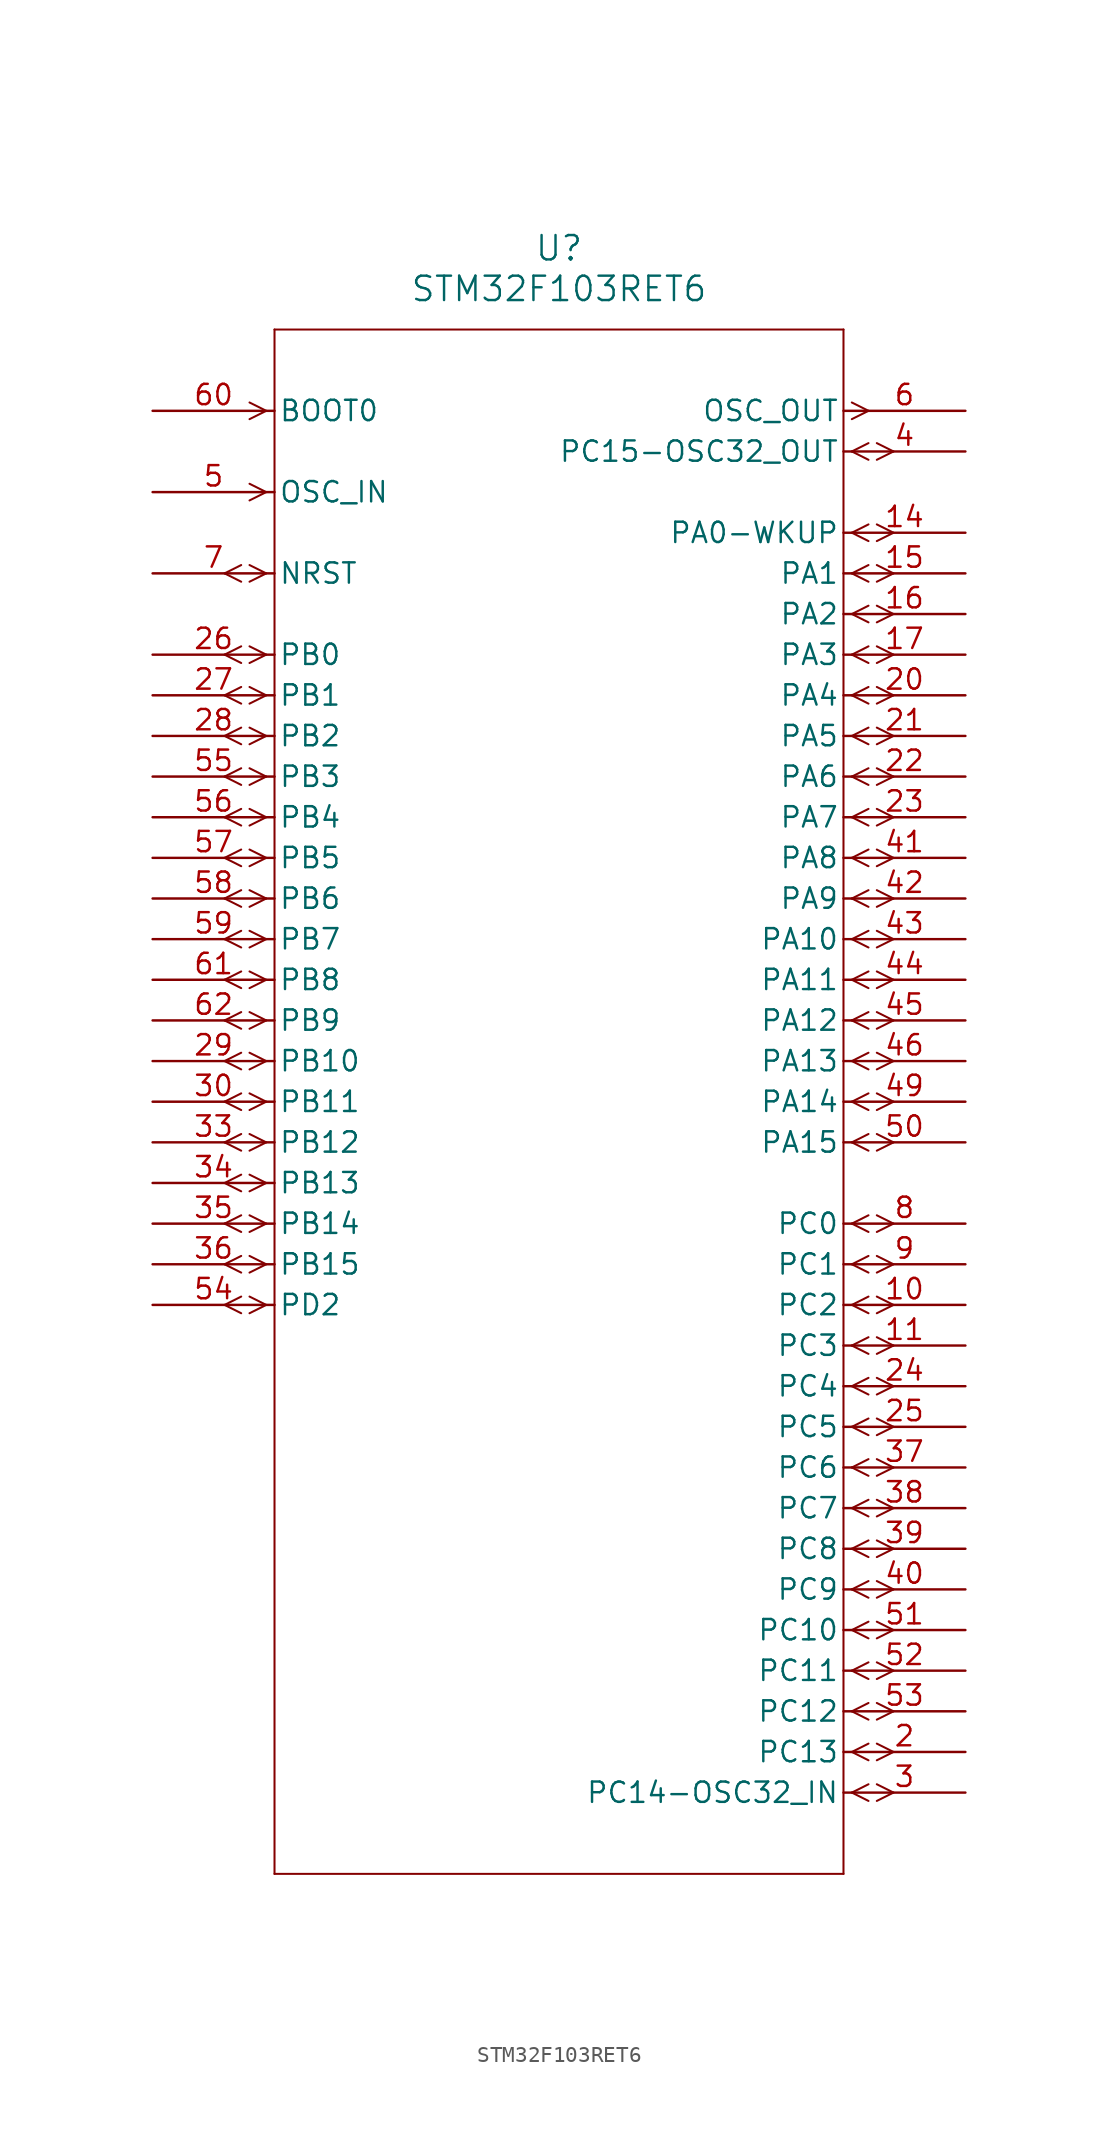
<source format=kicad_sym>
(kicad_symbol_lib
  (version 20220914)
  (generator kicad_symbol_editor)
  (symbol "STM32F103RET6"
    (pin_names
      (offset 0.254))
    (property "Reference" "U"
      (at 25.4 10.16 0)
      (effects (font (size 1.524 1.524))))
    (property "Value" "STM32F103RET6"
      (at 25.4 7.62 0)
      (effects (font (size 1.524 1.524))))
    (property "ki_locked" ""
      (at 0 0 0)
      (effects (font (size 1.27 1.27))))
    (symbol "STM32F103RET6_1_1"
      (polyline (pts (xy 5.537 -56.401) (xy 4.496 -55.88)) (stroke (width 0.127) (type default)) (fill (type none)))
      (polyline (pts (xy 5.537 -55.359) (xy 4.496 -55.88)) (stroke (width 0.127) (type default)) (fill (type none)))
      (polyline (pts (xy 5.537 -53.861) (xy 4.496 -53.34)) (stroke (width 0.127) (type default)) (fill (type none)))
      (polyline (pts (xy 5.537 -52.819) (xy 4.496 -53.34)) (stroke (width 0.127) (type default)) (fill (type none)))
      (polyline (pts (xy 5.537 -51.321) (xy 4.496 -50.8)) (stroke (width 0.127) (type default)) (fill (type none)))
      (polyline (pts (xy 5.537 -50.279) (xy 4.496 -50.8)) (stroke (width 0.127) (type default)) (fill (type none)))
      (polyline (pts (xy 5.537 -48.781) (xy 4.496 -48.26)) (stroke (width 0.127) (type default)) (fill (type none)))
      (polyline (pts (xy 5.537 -47.739) (xy 4.496 -48.26)) (stroke (width 0.127) (type default)) (fill (type none)))
      (polyline (pts (xy 5.537 -46.241) (xy 4.496 -45.72)) (stroke (width 0.127) (type default)) (fill (type none)))
      (polyline (pts (xy 5.537 -45.199) (xy 4.496 -45.72)) (stroke (width 0.127) (type default)) (fill (type none)))
      (polyline (pts (xy 5.537 -43.701) (xy 4.496 -43.18)) (stroke (width 0.127) (type default)) (fill (type none)))
      (polyline (pts (xy 5.537 -42.659) (xy 4.496 -43.18)) (stroke (width 0.127) (type default)) (fill (type none)))
      (polyline (pts (xy 5.537 -41.161) (xy 4.496 -40.64)) (stroke (width 0.127) (type default)) (fill (type none)))
      (polyline (pts (xy 5.537 -40.119) (xy 4.496 -40.64)) (stroke (width 0.127) (type default)) (fill (type none)))
      (polyline (pts (xy 5.537 -38.621) (xy 4.496 -38.1)) (stroke (width 0.127) (type default)) (fill (type none)))
      (polyline (pts (xy 5.537 -37.579) (xy 4.496 -38.1)) (stroke (width 0.127) (type default)) (fill (type none)))
      (polyline (pts (xy 5.537 -36.081) (xy 4.496 -35.56)) (stroke (width 0.127) (type default)) (fill (type none)))
      (polyline (pts (xy 5.537 -35.039) (xy 4.496 -35.56)) (stroke (width 0.127) (type default)) (fill (type none)))
      (polyline (pts (xy 5.537 -33.541) (xy 4.496 -33.02)) (stroke (width 0.127) (type default)) (fill (type none)))
      (polyline (pts (xy 5.537 -32.499) (xy 4.496 -33.02)) (stroke (width 0.127) (type default)) (fill (type none)))
      (polyline (pts (xy 5.537 -31.001) (xy 4.496 -30.48)) (stroke (width 0.127) (type default)) (fill (type none)))
      (polyline (pts (xy 5.537 -29.959) (xy 4.496 -30.48)) (stroke (width 0.127) (type default)) (fill (type none)))
      (polyline (pts (xy 5.537 -28.461) (xy 4.496 -27.94)) (stroke (width 0.127) (type default)) (fill (type none)))
      (polyline (pts (xy 5.537 -27.419) (xy 4.496 -27.94)) (stroke (width 0.127) (type default)) (fill (type none)))
      (polyline (pts (xy 5.537 -25.921) (xy 4.496 -25.4)) (stroke (width 0.127) (type default)) (fill (type none)))
      (polyline (pts (xy 5.537 -24.879) (xy 4.496 -25.4)) (stroke (width 0.127) (type default)) (fill (type none)))
      (polyline (pts (xy 5.537 -23.381) (xy 4.496 -22.86)) (stroke (width 0.127) (type default)) (fill (type none)))
      (polyline (pts (xy 5.537 -22.339) (xy 4.496 -22.86)) (stroke (width 0.127) (type default)) (fill (type none)))
      (polyline (pts (xy 5.537 -20.841) (xy 4.496 -20.32)) (stroke (width 0.127) (type default)) (fill (type none)))
      (polyline (pts (xy 5.537 -19.799) (xy 4.496 -20.32)) (stroke (width 0.127) (type default)) (fill (type none)))
      (polyline (pts (xy 5.537 -18.301) (xy 4.496 -17.78)) (stroke (width 0.127) (type default)) (fill (type none)))
      (polyline (pts (xy 5.537 -17.259) (xy 4.496 -17.78)) (stroke (width 0.127) (type default)) (fill (type none)))
      (polyline (pts (xy 5.537 -15.761) (xy 4.496 -15.24)) (stroke (width 0.127) (type default)) (fill (type none)))
      (polyline (pts (xy 5.537 -14.719) (xy 4.496 -15.24)) (stroke (width 0.127) (type default)) (fill (type none)))
      (polyline (pts (xy 5.537 -10.681) (xy 4.496 -10.16)) (stroke (width 0.127) (type default)) (fill (type none)))
      (polyline (pts (xy 5.537 -9.639) (xy 4.496 -10.16)) (stroke (width 0.127) (type default)) (fill (type none)))
      (polyline (pts (xy 7.099 -55.88) (xy 6.058 -56.401)) (stroke (width 0.127) (type default)) (fill (type none)))
      (polyline (pts (xy 7.099 -55.88) (xy 6.058 -55.359)) (stroke (width 0.127) (type default)) (fill (type none)))
      (polyline (pts (xy 7.099 -53.34) (xy 6.058 -53.861)) (stroke (width 0.127) (type default)) (fill (type none)))
      (polyline (pts (xy 7.099 -53.34) (xy 6.058 -52.819)) (stroke (width 0.127) (type default)) (fill (type none)))
      (polyline (pts (xy 7.099 -50.8) (xy 6.058 -51.321)) (stroke (width 0.127) (type default)) (fill (type none)))
      (polyline (pts (xy 7.099 -50.8) (xy 6.058 -50.279)) (stroke (width 0.127) (type default)) (fill (type none)))
      (polyline (pts (xy 7.099 -48.26) (xy 6.058 -48.781)) (stroke (width 0.127) (type default)) (fill (type none)))
      (polyline (pts (xy 7.099 -48.26) (xy 6.058 -47.739)) (stroke (width 0.127) (type default)) (fill (type none)))
      (polyline (pts (xy 7.099 -45.72) (xy 6.058 -46.241)) (stroke (width 0.127) (type default)) (fill (type none)))
      (polyline (pts (xy 7.099 -45.72) (xy 6.058 -45.199)) (stroke (width 0.127) (type default)) (fill (type none)))
      (polyline (pts (xy 7.099 -43.18) (xy 6.058 -43.701)) (stroke (width 0.127) (type default)) (fill (type none)))
      (polyline (pts (xy 7.099 -43.18) (xy 6.058 -42.659)) (stroke (width 0.127) (type default)) (fill (type none)))
      (polyline (pts (xy 7.099 -40.64) (xy 6.058 -41.161)) (stroke (width 0.127) (type default)) (fill (type none)))
      (polyline (pts (xy 7.099 -40.64) (xy 6.058 -40.119)) (stroke (width 0.127) (type default)) (fill (type none)))
      (polyline (pts (xy 7.099 -38.1) (xy 6.058 -38.621)) (stroke (width 0.127) (type default)) (fill (type none)))
      (polyline (pts (xy 7.099 -38.1) (xy 6.058 -37.579)) (stroke (width 0.127) (type default)) (fill (type none)))
      (polyline (pts (xy 7.099 -35.56) (xy 6.058 -36.081)) (stroke (width 0.127) (type default)) (fill (type none)))
      (polyline (pts (xy 7.099 -35.56) (xy 6.058 -35.039)) (stroke (width 0.127) (type default)) (fill (type none)))
      (polyline (pts (xy 7.099 -33.02) (xy 6.058 -33.541)) (stroke (width 0.127) (type default)) (fill (type none)))
      (polyline (pts (xy 7.099 -33.02) (xy 6.058 -32.499)) (stroke (width 0.127) (type default)) (fill (type none)))
      (polyline (pts (xy 7.099 -30.48) (xy 6.058 -31.001)) (stroke (width 0.127) (type default)) (fill (type none)))
      (polyline (pts (xy 7.099 -30.48) (xy 6.058 -29.959)) (stroke (width 0.127) (type default)) (fill (type none)))
      (polyline (pts (xy 7.099 -27.94) (xy 6.058 -28.461)) (stroke (width 0.127) (type default)) (fill (type none)))
      (polyline (pts (xy 7.099 -27.94) (xy 6.058 -27.419)) (stroke (width 0.127) (type default)) (fill (type none)))
      (polyline (pts (xy 7.099 -25.4) (xy 6.058 -25.921)) (stroke (width 0.127) (type default)) (fill (type none)))
      (polyline (pts (xy 7.099 -25.4) (xy 6.058 -24.879)) (stroke (width 0.127) (type default)) (fill (type none)))
      (polyline (pts (xy 7.099 -22.86) (xy 6.058 -23.381)) (stroke (width 0.127) (type default)) (fill (type none)))
      (polyline (pts (xy 7.099 -22.86) (xy 6.058 -22.339)) (stroke (width 0.127) (type default)) (fill (type none)))
      (polyline (pts (xy 7.099 -20.32) (xy 6.058 -20.841)) (stroke (width 0.127) (type default)) (fill (type none)))
      (polyline (pts (xy 7.099 -20.32) (xy 6.058 -19.799)) (stroke (width 0.127) (type default)) (fill (type none)))
      (polyline (pts (xy 7.099 -17.78) (xy 6.058 -18.301)) (stroke (width 0.127) (type default)) (fill (type none)))
      (polyline (pts (xy 7.099 -17.78) (xy 6.058 -17.259)) (stroke (width 0.127) (type default)) (fill (type none)))
      (polyline (pts (xy 7.099 -15.24) (xy 6.058 -15.761)) (stroke (width 0.127) (type default)) (fill (type none)))
      (polyline (pts (xy 7.099 -15.24) (xy 6.058 -14.719)) (stroke (width 0.127) (type default)) (fill (type none)))
      (polyline (pts (xy 7.099 -10.16) (xy 6.058 -10.681)) (stroke (width 0.127) (type default)) (fill (type none)))
      (polyline (pts (xy 7.099 -10.16) (xy 6.058 -9.639)) (stroke (width 0.127) (type default)) (fill (type none)))
      (polyline (pts (xy 7.099 -5.08) (xy 6.058 -5.601)) (stroke (width 0.127) (type default)) (fill (type none)))
      (polyline (pts (xy 7.099 -5.08) (xy 6.058 -4.559)) (stroke (width 0.127) (type default)) (fill (type none)))
      (polyline (pts (xy 7.099 0) (xy 6.058 -0.521)) (stroke (width 0.127) (type default)) (fill (type none)))
      (polyline (pts (xy 7.099 0) (xy 6.058 0.521)) (stroke (width 0.127) (type default)) (fill (type none)))
      (polyline (pts (xy 7.62 -91.44) (xy 43.18 -91.44)) (stroke (width 0.127) (type default)) (fill (type none)))
      (polyline (pts (xy 7.62 5.08) (xy 7.62 -91.44)) (stroke (width 0.127) (type default)) (fill (type none)))
      (polyline (pts (xy 43.18 -91.44) (xy 43.18 5.08)) (stroke (width 0.127) (type default)) (fill (type none)))
      (polyline (pts (xy 43.18 5.08) (xy 7.62 5.08)) (stroke (width 0.127) (type default)) (fill (type none)))
      (polyline (pts (xy 43.701 -86.36) (xy 44.742 -86.881)) (stroke (width 0.127) (type default)) (fill (type none)))
      (polyline (pts (xy 43.701 -86.36) (xy 44.742 -85.839)) (stroke (width 0.127) (type default)) (fill (type none)))
      (polyline (pts (xy 43.701 -83.82) (xy 44.742 -84.341)) (stroke (width 0.127) (type default)) (fill (type none)))
      (polyline (pts (xy 43.701 -83.82) (xy 44.742 -83.299)) (stroke (width 0.127) (type default)) (fill (type none)))
      (polyline (pts (xy 43.701 -81.28) (xy 44.742 -81.801)) (stroke (width 0.127) (type default)) (fill (type none)))
      (polyline (pts (xy 43.701 -81.28) (xy 44.742 -80.759)) (stroke (width 0.127) (type default)) (fill (type none)))
      (polyline (pts (xy 43.701 -78.74) (xy 44.742 -79.261)) (stroke (width 0.127) (type default)) (fill (type none)))
      (polyline (pts (xy 43.701 -78.74) (xy 44.742 -78.219)) (stroke (width 0.127) (type default)) (fill (type none)))
      (polyline (pts (xy 43.701 -76.2) (xy 44.742 -76.721)) (stroke (width 0.127) (type default)) (fill (type none)))
      (polyline (pts (xy 43.701 -76.2) (xy 44.742 -75.679)) (stroke (width 0.127) (type default)) (fill (type none)))
      (polyline (pts (xy 43.701 -73.66) (xy 44.742 -74.181)) (stroke (width 0.127) (type default)) (fill (type none)))
      (polyline (pts (xy 43.701 -73.66) (xy 44.742 -73.139)) (stroke (width 0.127) (type default)) (fill (type none)))
      (polyline (pts (xy 43.701 -71.12) (xy 44.742 -71.641)) (stroke (width 0.127) (type default)) (fill (type none)))
      (polyline (pts (xy 43.701 -71.12) (xy 44.742 -70.599)) (stroke (width 0.127) (type default)) (fill (type none)))
      (polyline (pts (xy 43.701 -68.58) (xy 44.742 -69.101)) (stroke (width 0.127) (type default)) (fill (type none)))
      (polyline (pts (xy 43.701 -68.58) (xy 44.742 -68.059)) (stroke (width 0.127) (type default)) (fill (type none)))
      (polyline (pts (xy 43.701 -66.04) (xy 44.742 -66.561)) (stroke (width 0.127) (type default)) (fill (type none)))
      (polyline (pts (xy 43.701 -66.04) (xy 44.742 -65.519)) (stroke (width 0.127) (type default)) (fill (type none)))
      (polyline (pts (xy 43.701 -63.5) (xy 44.742 -64.021)) (stroke (width 0.127) (type default)) (fill (type none)))
      (polyline (pts (xy 43.701 -63.5) (xy 44.742 -62.979)) (stroke (width 0.127) (type default)) (fill (type none)))
      (polyline (pts (xy 43.701 -60.96) (xy 44.742 -61.481)) (stroke (width 0.127) (type default)) (fill (type none)))
      (polyline (pts (xy 43.701 -60.96) (xy 44.742 -60.439)) (stroke (width 0.127) (type default)) (fill (type none)))
      (polyline (pts (xy 43.701 -58.42) (xy 44.742 -58.941)) (stroke (width 0.127) (type default)) (fill (type none)))
      (polyline (pts (xy 43.701 -58.42) (xy 44.742 -57.899)) (stroke (width 0.127) (type default)) (fill (type none)))
      (polyline (pts (xy 43.701 -55.88) (xy 44.742 -56.401)) (stroke (width 0.127) (type default)) (fill (type none)))
      (polyline (pts (xy 43.701 -55.88) (xy 44.742 -55.359)) (stroke (width 0.127) (type default)) (fill (type none)))
      (polyline (pts (xy 43.701 -53.34) (xy 44.742 -53.861)) (stroke (width 0.127) (type default)) (fill (type none)))
      (polyline (pts (xy 43.701 -53.34) (xy 44.742 -52.819)) (stroke (width 0.127) (type default)) (fill (type none)))
      (polyline (pts (xy 43.701 -50.8) (xy 44.742 -51.321)) (stroke (width 0.127) (type default)) (fill (type none)))
      (polyline (pts (xy 43.701 -50.8) (xy 44.742 -50.279)) (stroke (width 0.127) (type default)) (fill (type none)))
      (polyline (pts (xy 43.701 -45.72) (xy 44.742 -46.241)) (stroke (width 0.127) (type default)) (fill (type none)))
      (polyline (pts (xy 43.701 -45.72) (xy 44.742 -45.199)) (stroke (width 0.127) (type default)) (fill (type none)))
      (polyline (pts (xy 43.701 -43.18) (xy 44.742 -43.701)) (stroke (width 0.127) (type default)) (fill (type none)))
      (polyline (pts (xy 43.701 -43.18) (xy 44.742 -42.659)) (stroke (width 0.127) (type default)) (fill (type none)))
      (polyline (pts (xy 43.701 -40.64) (xy 44.742 -41.161)) (stroke (width 0.127) (type default)) (fill (type none)))
      (polyline (pts (xy 43.701 -40.64) (xy 44.742 -40.119)) (stroke (width 0.127) (type default)) (fill (type none)))
      (polyline (pts (xy 43.701 -38.1) (xy 44.742 -38.621)) (stroke (width 0.127) (type default)) (fill (type none)))
      (polyline (pts (xy 43.701 -38.1) (xy 44.742 -37.579)) (stroke (width 0.127) (type default)) (fill (type none)))
      (polyline (pts (xy 43.701 -35.56) (xy 44.742 -36.081)) (stroke (width 0.127) (type default)) (fill (type none)))
      (polyline (pts (xy 43.701 -35.56) (xy 44.742 -35.039)) (stroke (width 0.127) (type default)) (fill (type none)))
      (polyline (pts (xy 43.701 -33.02) (xy 44.742 -33.541)) (stroke (width 0.127) (type default)) (fill (type none)))
      (polyline (pts (xy 43.701 -33.02) (xy 44.742 -32.499)) (stroke (width 0.127) (type default)) (fill (type none)))
      (polyline (pts (xy 43.701 -30.48) (xy 44.742 -31.001)) (stroke (width 0.127) (type default)) (fill (type none)))
      (polyline (pts (xy 43.701 -30.48) (xy 44.742 -29.959)) (stroke (width 0.127) (type default)) (fill (type none)))
      (polyline (pts (xy 43.701 -27.94) (xy 44.742 -28.461)) (stroke (width 0.127) (type default)) (fill (type none)))
      (polyline (pts (xy 43.701 -27.94) (xy 44.742 -27.419)) (stroke (width 0.127) (type default)) (fill (type none)))
      (polyline (pts (xy 43.701 -25.4) (xy 44.742 -25.921)) (stroke (width 0.127) (type default)) (fill (type none)))
      (polyline (pts (xy 43.701 -25.4) (xy 44.742 -24.879)) (stroke (width 0.127) (type default)) (fill (type none)))
      (polyline (pts (xy 43.701 -22.86) (xy 44.742 -23.381)) (stroke (width 0.127) (type default)) (fill (type none)))
      (polyline (pts (xy 43.701 -22.86) (xy 44.742 -22.339)) (stroke (width 0.127) (type default)) (fill (type none)))
      (polyline (pts (xy 43.701 -20.32) (xy 44.742 -20.841)) (stroke (width 0.127) (type default)) (fill (type none)))
      (polyline (pts (xy 43.701 -20.32) (xy 44.742 -19.799)) (stroke (width 0.127) (type default)) (fill (type none)))
      (polyline (pts (xy 43.701 -17.78) (xy 44.742 -18.301)) (stroke (width 0.127) (type default)) (fill (type none)))
      (polyline (pts (xy 43.701 -17.78) (xy 44.742 -17.259)) (stroke (width 0.127) (type default)) (fill (type none)))
      (polyline (pts (xy 43.701 -15.24) (xy 44.742 -15.761)) (stroke (width 0.127) (type default)) (fill (type none)))
      (polyline (pts (xy 43.701 -15.24) (xy 44.742 -14.719)) (stroke (width 0.127) (type default)) (fill (type none)))
      (polyline (pts (xy 43.701 -12.7) (xy 44.742 -13.221)) (stroke (width 0.127) (type default)) (fill (type none)))
      (polyline (pts (xy 43.701 -12.7) (xy 44.742 -12.179)) (stroke (width 0.127) (type default)) (fill (type none)))
      (polyline (pts (xy 43.701 -10.16) (xy 44.742 -10.681)) (stroke (width 0.127) (type default)) (fill (type none)))
      (polyline (pts (xy 43.701 -10.16) (xy 44.742 -9.639)) (stroke (width 0.127) (type default)) (fill (type none)))
      (polyline (pts (xy 43.701 -7.62) (xy 44.742 -8.141)) (stroke (width 0.127) (type default)) (fill (type none)))
      (polyline (pts (xy 43.701 -7.62) (xy 44.742 -7.099)) (stroke (width 0.127) (type default)) (fill (type none)))
      (polyline (pts (xy 43.701 -2.54) (xy 44.742 -3.061)) (stroke (width 0.127) (type default)) (fill (type none)))
      (polyline (pts (xy 43.701 -2.54) (xy 44.742 -2.019)) (stroke (width 0.127) (type default)) (fill (type none)))
      (polyline (pts (xy 43.701 -0.521) (xy 44.742 0)) (stroke (width 0.127) (type default)) (fill (type none)))
      (polyline (pts (xy 43.701 0.521) (xy 44.742 0)) (stroke (width 0.127) (type default)) (fill (type none)))
      (polyline (pts (xy 45.263 -86.881) (xy 46.304 -86.36)) (stroke (width 0.127) (type default)) (fill (type none)))
      (polyline (pts (xy 45.263 -85.839) (xy 46.304 -86.36)) (stroke (width 0.127) (type default)) (fill (type none)))
      (polyline (pts (xy 45.263 -84.341) (xy 46.304 -83.82)) (stroke (width 0.127) (type default)) (fill (type none)))
      (polyline (pts (xy 45.263 -83.299) (xy 46.304 -83.82)) (stroke (width 0.127) (type default)) (fill (type none)))
      (polyline (pts (xy 45.263 -81.801) (xy 46.304 -81.28)) (stroke (width 0.127) (type default)) (fill (type none)))
      (polyline (pts (xy 45.263 -80.759) (xy 46.304 -81.28)) (stroke (width 0.127) (type default)) (fill (type none)))
      (polyline (pts (xy 45.263 -79.261) (xy 46.304 -78.74)) (stroke (width 0.127) (type default)) (fill (type none)))
      (polyline (pts (xy 45.263 -78.219) (xy 46.304 -78.74)) (stroke (width 0.127) (type default)) (fill (type none)))
      (polyline (pts (xy 45.263 -76.721) (xy 46.304 -76.2)) (stroke (width 0.127) (type default)) (fill (type none)))
      (polyline (pts (xy 45.263 -75.679) (xy 46.304 -76.2)) (stroke (width 0.127) (type default)) (fill (type none)))
      (polyline (pts (xy 45.263 -74.181) (xy 46.304 -73.66)) (stroke (width 0.127) (type default)) (fill (type none)))
      (polyline (pts (xy 45.263 -73.139) (xy 46.304 -73.66)) (stroke (width 0.127) (type default)) (fill (type none)))
      (polyline (pts (xy 45.263 -71.641) (xy 46.304 -71.12)) (stroke (width 0.127) (type default)) (fill (type none)))
      (polyline (pts (xy 45.263 -70.599) (xy 46.304 -71.12)) (stroke (width 0.127) (type default)) (fill (type none)))
      (polyline (pts (xy 45.263 -69.101) (xy 46.304 -68.58)) (stroke (width 0.127) (type default)) (fill (type none)))
      (polyline (pts (xy 45.263 -68.059) (xy 46.304 -68.58)) (stroke (width 0.127) (type default)) (fill (type none)))
      (polyline (pts (xy 45.263 -66.561) (xy 46.304 -66.04)) (stroke (width 0.127) (type default)) (fill (type none)))
      (polyline (pts (xy 45.263 -65.519) (xy 46.304 -66.04)) (stroke (width 0.127) (type default)) (fill (type none)))
      (polyline (pts (xy 45.263 -64.021) (xy 46.304 -63.5)) (stroke (width 0.127) (type default)) (fill (type none)))
      (polyline (pts (xy 45.263 -62.979) (xy 46.304 -63.5)) (stroke (width 0.127) (type default)) (fill (type none)))
      (polyline (pts (xy 45.263 -61.481) (xy 46.304 -60.96)) (stroke (width 0.127) (type default)) (fill (type none)))
      (polyline (pts (xy 45.263 -60.439) (xy 46.304 -60.96)) (stroke (width 0.127) (type default)) (fill (type none)))
      (polyline (pts (xy 45.263 -58.941) (xy 46.304 -58.42)) (stroke (width 0.127) (type default)) (fill (type none)))
      (polyline (pts (xy 45.263 -57.899) (xy 46.304 -58.42)) (stroke (width 0.127) (type default)) (fill (type none)))
      (polyline (pts (xy 45.263 -56.401) (xy 46.304 -55.88)) (stroke (width 0.127) (type default)) (fill (type none)))
      (polyline (pts (xy 45.263 -55.359) (xy 46.304 -55.88)) (stroke (width 0.127) (type default)) (fill (type none)))
      (polyline (pts (xy 45.263 -53.861) (xy 46.304 -53.34)) (stroke (width 0.127) (type default)) (fill (type none)))
      (polyline (pts (xy 45.263 -52.819) (xy 46.304 -53.34)) (stroke (width 0.127) (type default)) (fill (type none)))
      (polyline (pts (xy 45.263 -51.321) (xy 46.304 -50.8)) (stroke (width 0.127) (type default)) (fill (type none)))
      (polyline (pts (xy 45.263 -50.279) (xy 46.304 -50.8)) (stroke (width 0.127) (type default)) (fill (type none)))
      (polyline (pts (xy 45.263 -46.241) (xy 46.304 -45.72)) (stroke (width 0.127) (type default)) (fill (type none)))
      (polyline (pts (xy 45.263 -45.199) (xy 46.304 -45.72)) (stroke (width 0.127) (type default)) (fill (type none)))
      (polyline (pts (xy 45.263 -43.701) (xy 46.304 -43.18)) (stroke (width 0.127) (type default)) (fill (type none)))
      (polyline (pts (xy 45.263 -42.659) (xy 46.304 -43.18)) (stroke (width 0.127) (type default)) (fill (type none)))
      (polyline (pts (xy 45.263 -41.161) (xy 46.304 -40.64)) (stroke (width 0.127) (type default)) (fill (type none)))
      (polyline (pts (xy 45.263 -40.119) (xy 46.304 -40.64)) (stroke (width 0.127) (type default)) (fill (type none)))
      (polyline (pts (xy 45.263 -38.621) (xy 46.304 -38.1)) (stroke (width 0.127) (type default)) (fill (type none)))
      (polyline (pts (xy 45.263 -37.579) (xy 46.304 -38.1)) (stroke (width 0.127) (type default)) (fill (type none)))
      (polyline (pts (xy 45.263 -36.081) (xy 46.304 -35.56)) (stroke (width 0.127) (type default)) (fill (type none)))
      (polyline (pts (xy 45.263 -35.039) (xy 46.304 -35.56)) (stroke (width 0.127) (type default)) (fill (type none)))
      (polyline (pts (xy 45.263 -33.541) (xy 46.304 -33.02)) (stroke (width 0.127) (type default)) (fill (type none)))
      (polyline (pts (xy 45.263 -32.499) (xy 46.304 -33.02)) (stroke (width 0.127) (type default)) (fill (type none)))
      (polyline (pts (xy 45.263 -31.001) (xy 46.304 -30.48)) (stroke (width 0.127) (type default)) (fill (type none)))
      (polyline (pts (xy 45.263 -29.959) (xy 46.304 -30.48)) (stroke (width 0.127) (type default)) (fill (type none)))
      (polyline (pts (xy 45.263 -28.461) (xy 46.304 -27.94)) (stroke (width 0.127) (type default)) (fill (type none)))
      (polyline (pts (xy 45.263 -27.419) (xy 46.304 -27.94)) (stroke (width 0.127) (type default)) (fill (type none)))
      (polyline (pts (xy 45.263 -25.921) (xy 46.304 -25.4)) (stroke (width 0.127) (type default)) (fill (type none)))
      (polyline (pts (xy 45.263 -24.879) (xy 46.304 -25.4)) (stroke (width 0.127) (type default)) (fill (type none)))
      (polyline (pts (xy 45.263 -23.381) (xy 46.304 -22.86)) (stroke (width 0.127) (type default)) (fill (type none)))
      (polyline (pts (xy 45.263 -22.339) (xy 46.304 -22.86)) (stroke (width 0.127) (type default)) (fill (type none)))
      (polyline (pts (xy 45.263 -20.841) (xy 46.304 -20.32)) (stroke (width 0.127) (type default)) (fill (type none)))
      (polyline (pts (xy 45.263 -19.799) (xy 46.304 -20.32)) (stroke (width 0.127) (type default)) (fill (type none)))
      (polyline (pts (xy 45.263 -18.301) (xy 46.304 -17.78)) (stroke (width 0.127) (type default)) (fill (type none)))
      (polyline (pts (xy 45.263 -17.259) (xy 46.304 -17.78)) (stroke (width 0.127) (type default)) (fill (type none)))
      (polyline (pts (xy 45.263 -15.761) (xy 46.304 -15.24)) (stroke (width 0.127) (type default)) (fill (type none)))
      (polyline (pts (xy 45.263 -14.719) (xy 46.304 -15.24)) (stroke (width 0.127) (type default)) (fill (type none)))
      (polyline (pts (xy 45.263 -13.221) (xy 46.304 -12.7)) (stroke (width 0.127) (type default)) (fill (type none)))
      (polyline (pts (xy 45.263 -12.179) (xy 46.304 -12.7)) (stroke (width 0.127) (type default)) (fill (type none)))
      (polyline (pts (xy 45.263 -10.681) (xy 46.304 -10.16)) (stroke (width 0.127) (type default)) (fill (type none)))
      (polyline (pts (xy 45.263 -9.639) (xy 46.304 -10.16)) (stroke (width 0.127) (type default)) (fill (type none)))
      (polyline (pts (xy 45.263 -8.141) (xy 46.304 -7.62)) (stroke (width 0.127) (type default)) (fill (type none)))
      (polyline (pts (xy 45.263 -7.099) (xy 46.304 -7.62)) (stroke (width 0.127) (type default)) (fill (type none)))
      (polyline (pts (xy 45.263 -3.061) (xy 46.304 -2.54)) (stroke (width 0.127) (type default)) (fill (type none)))
      (polyline (pts (xy 45.263 -2.019) (xy 46.304 -2.54)) (stroke (width 0.127) (type default)) (fill (type none)))
      (pin bidirectional line (at 50.8 -55.88 180) (length 7.62) (name "PC2" (effects (font (size 1.27 1.27)))) (number "10" (effects (font (size 1.27 1.27)))))
      (pin bidirectional line (at 50.8 -58.42 180) (length 7.62) (name "PC3" (effects (font (size 1.27 1.27)))) (number "11" (effects (font (size 1.27 1.27)))))
      (pin bidirectional line (at 50.8 -7.62 180) (length 7.62) (name "PA0-WKUP" (effects (font (size 1.27 1.27)))) (number "14" (effects (font (size 1.27 1.27)))))
      (pin bidirectional line (at 50.8 -10.16 180) (length 7.62) (name "PA1" (effects (font (size 1.27 1.27)))) (number "15" (effects (font (size 1.27 1.27)))))
      (pin bidirectional line (at 50.8 -12.7 180) (length 7.62) (name "PA2" (effects (font (size 1.27 1.27)))) (number "16" (effects (font (size 1.27 1.27)))))
      (pin bidirectional line (at 50.8 -15.24 180) (length 7.62) (name "PA3" (effects (font (size 1.27 1.27)))) (number "17" (effects (font (size 1.27 1.27)))))
      (pin bidirectional line (at 50.8 -83.82 180) (length 7.62) (name "PC13" (effects (font (size 1.27 1.27)))) (number "2" (effects (font (size 1.27 1.27)))))
      (pin bidirectional line (at 50.8 -17.78 180) (length 7.62) (name "PA4" (effects (font (size 1.27 1.27)))) (number "20" (effects (font (size 1.27 1.27)))))
      (pin bidirectional line (at 50.8 -20.32 180) (length 7.62) (name "PA5" (effects (font (size 1.27 1.27)))) (number "21" (effects (font (size 1.27 1.27)))))
      (pin bidirectional line (at 50.8 -22.86 180) (length 7.62) (name "PA6" (effects (font (size 1.27 1.27)))) (number "22" (effects (font (size 1.27 1.27)))))
      (pin bidirectional line (at 50.8 -25.4 180) (length 7.62) (name "PA7" (effects (font (size 1.27 1.27)))) (number "23" (effects (font (size 1.27 1.27)))))
      (pin bidirectional line (at 50.8 -60.96 180) (length 7.62) (name "PC4" (effects (font (size 1.27 1.27)))) (number "24" (effects (font (size 1.27 1.27)))))
      (pin bidirectional line (at 50.8 -63.5 180) (length 7.62) (name "PC5" (effects (font (size 1.27 1.27)))) (number "25" (effects (font (size 1.27 1.27)))))
      (pin bidirectional line (at 0 -15.24 0) (length 7.62) (name "PB0" (effects (font (size 1.27 1.27)))) (number "26" (effects (font (size 1.27 1.27)))))
      (pin bidirectional line (at 0 -17.78 0) (length 7.62) (name "PB1" (effects (font (size 1.27 1.27)))) (number "27" (effects (font (size 1.27 1.27)))))
      (pin bidirectional line (at 0 -20.32 0) (length 7.62) (name "PB2" (effects (font (size 1.27 1.27)))) (number "28" (effects (font (size 1.27 1.27)))))
      (pin bidirectional line (at 0 -40.64 0) (length 7.62) (name "PB10" (effects (font (size 1.27 1.27)))) (number "29" (effects (font (size 1.27 1.27)))))
      (pin bidirectional line (at 50.8 -86.36 180) (length 7.62) (name "PC14-OSC32_IN" (effects (font (size 1.27 1.27)))) (number "3" (effects (font (size 1.27 1.27)))))
      (pin bidirectional line (at 0 -43.18 0) (length 7.62) (name "PB11" (effects (font (size 1.27 1.27)))) (number "30" (effects (font (size 1.27 1.27)))))
      (pin bidirectional line (at 0 -45.72 0) (length 7.62) (name "PB12" (effects (font (size 1.27 1.27)))) (number "33" (effects (font (size 1.27 1.27)))))
      (pin bidirectional line (at 0 -48.26 0) (length 7.62) (name "PB13" (effects (font (size 1.27 1.27)))) (number "34" (effects (font (size 1.27 1.27)))))
      (pin bidirectional line (at 0 -50.8 0) (length 7.62) (name "PB14" (effects (font (size 1.27 1.27)))) (number "35" (effects (font (size 1.27 1.27)))))
      (pin bidirectional line (at 0 -53.34 0) (length 7.62) (name "PB15" (effects (font (size 1.27 1.27)))) (number "36" (effects (font (size 1.27 1.27)))))
      (pin bidirectional line (at 50.8 -66.04 180) (length 7.62) (name "PC6" (effects (font (size 1.27 1.27)))) (number "37" (effects (font (size 1.27 1.27)))))
      (pin bidirectional line (at 50.8 -68.58 180) (length 7.62) (name "PC7" (effects (font (size 1.27 1.27)))) (number "38" (effects (font (size 1.27 1.27)))))
      (pin bidirectional line (at 50.8 -71.12 180) (length 7.62) (name "PC8" (effects (font (size 1.27 1.27)))) (number "39" (effects (font (size 1.27 1.27)))))
      (pin bidirectional line (at 50.8 -2.54 180) (length 7.62) (name "PC15-OSC32_OUT" (effects (font (size 1.27 1.27)))) (number "4" (effects (font (size 1.27 1.27)))))
      (pin bidirectional line (at 50.8 -73.66 180) (length 7.62) (name "PC9" (effects (font (size 1.27 1.27)))) (number "40" (effects (font (size 1.27 1.27)))))
      (pin bidirectional line (at 50.8 -27.94 180) (length 7.62) (name "PA8" (effects (font (size 1.27 1.27)))) (number "41" (effects (font (size 1.27 1.27)))))
      (pin bidirectional line (at 50.8 -30.48 180) (length 7.62) (name "PA9" (effects (font (size 1.27 1.27)))) (number "42" (effects (font (size 1.27 1.27)))))
      (pin bidirectional line (at 50.8 -33.02 180) (length 7.62) (name "PA10" (effects (font (size 1.27 1.27)))) (number "43" (effects (font (size 1.27 1.27)))))
      (pin bidirectional line (at 50.8 -35.56 180) (length 7.62) (name "PA11" (effects (font (size 1.27 1.27)))) (number "44" (effects (font (size 1.27 1.27)))))
      (pin bidirectional line (at 50.8 -38.1 180) (length 7.62) (name "PA12" (effects (font (size 1.27 1.27)))) (number "45" (effects (font (size 1.27 1.27)))))
      (pin bidirectional line (at 50.8 -40.64 180) (length 7.62) (name "PA13" (effects (font (size 1.27 1.27)))) (number "46" (effects (font (size 1.27 1.27)))))
      (pin bidirectional line (at 50.8 -43.18 180) (length 7.62) (name "PA14" (effects (font (size 1.27 1.27)))) (number "49" (effects (font (size 1.27 1.27)))))
      (pin input line (at 0 -5.08 0) (length 7.62) (name "OSC_IN" (effects (font (size 1.27 1.27)))) (number "5" (effects (font (size 1.27 1.27)))))
      (pin bidirectional line (at 50.8 -45.72 180) (length 7.62) (name "PA15" (effects (font (size 1.27 1.27)))) (number "50" (effects (font (size 1.27 1.27)))))
      (pin bidirectional line (at 50.8 -76.2 180) (length 7.62) (name "PC10" (effects (font (size 1.27 1.27)))) (number "51" (effects (font (size 1.27 1.27)))))
      (pin bidirectional line (at 50.8 -78.74 180) (length 7.62) (name "PC11" (effects (font (size 1.27 1.27)))) (number "52" (effects (font (size 1.27 1.27)))))
      (pin bidirectional line (at 50.8 -81.28 180) (length 7.62) (name "PC12" (effects (font (size 1.27 1.27)))) (number "53" (effects (font (size 1.27 1.27)))))
      (pin bidirectional line (at 0 -55.88 0) (length 7.62) (name "PD2" (effects (font (size 1.27 1.27)))) (number "54" (effects (font (size 1.27 1.27)))))
      (pin bidirectional line (at 0 -22.86 0) (length 7.62) (name "PB3" (effects (font (size 1.27 1.27)))) (number "55" (effects (font (size 1.27 1.27)))))
      (pin bidirectional line (at 0 -25.4 0) (length 7.62) (name "PB4" (effects (font (size 1.27 1.27)))) (number "56" (effects (font (size 1.27 1.27)))))
      (pin bidirectional line (at 0 -27.94 0) (length 7.62) (name "PB5" (effects (font (size 1.27 1.27)))) (number "57" (effects (font (size 1.27 1.27)))))
      (pin bidirectional line (at 0 -30.48 0) (length 7.62) (name "PB6" (effects (font (size 1.27 1.27)))) (number "58" (effects (font (size 1.27 1.27)))))
      (pin bidirectional line (at 0 -33.02 0) (length 7.62) (name "PB7" (effects (font (size 1.27 1.27)))) (number "59" (effects (font (size 1.27 1.27)))))
      (pin output line (at 50.8 0 180) (length 7.62) (name "OSC_OUT" (effects (font (size 1.27 1.27)))) (number "6" (effects (font (size 1.27 1.27)))))
      (pin input line (at 0 0 0) (length 7.62) (name "BOOT0" (effects (font (size 1.27 1.27)))) (number "60" (effects (font (size 1.27 1.27)))))
      (pin bidirectional line (at 0 -35.56 0) (length 7.62) (name "PB8" (effects (font (size 1.27 1.27)))) (number "61" (effects (font (size 1.27 1.27)))))
      (pin bidirectional line (at 0 -38.1 0) (length 7.62) (name "PB9" (effects (font (size 1.27 1.27)))) (number "62" (effects (font (size 1.27 1.27)))))
      (pin bidirectional line (at 0 -10.16 0) (length 7.62) (name "NRST" (effects (font (size 1.27 1.27)))) (number "7" (effects (font (size 1.27 1.27)))))
      (pin bidirectional line (at 50.8 -50.8 180) (length 7.62) (name "PC0" (effects (font (size 1.27 1.27)))) (number "8" (effects (font (size 1.27 1.27)))))
      (pin bidirectional line (at 50.8 -53.34 180) (length 7.62) (name "PC1" (effects (font (size 1.27 1.27)))) (number "9" (effects (font (size 1.27 1.27))))))))
</source>
